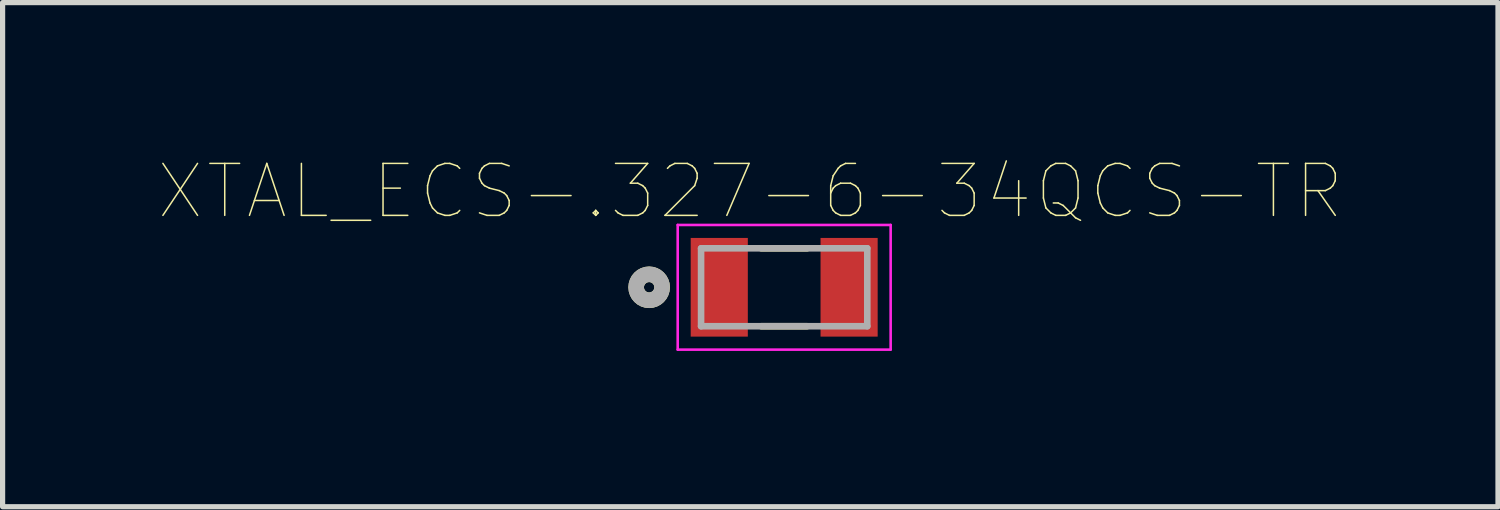
<source format=kicad_pcb>
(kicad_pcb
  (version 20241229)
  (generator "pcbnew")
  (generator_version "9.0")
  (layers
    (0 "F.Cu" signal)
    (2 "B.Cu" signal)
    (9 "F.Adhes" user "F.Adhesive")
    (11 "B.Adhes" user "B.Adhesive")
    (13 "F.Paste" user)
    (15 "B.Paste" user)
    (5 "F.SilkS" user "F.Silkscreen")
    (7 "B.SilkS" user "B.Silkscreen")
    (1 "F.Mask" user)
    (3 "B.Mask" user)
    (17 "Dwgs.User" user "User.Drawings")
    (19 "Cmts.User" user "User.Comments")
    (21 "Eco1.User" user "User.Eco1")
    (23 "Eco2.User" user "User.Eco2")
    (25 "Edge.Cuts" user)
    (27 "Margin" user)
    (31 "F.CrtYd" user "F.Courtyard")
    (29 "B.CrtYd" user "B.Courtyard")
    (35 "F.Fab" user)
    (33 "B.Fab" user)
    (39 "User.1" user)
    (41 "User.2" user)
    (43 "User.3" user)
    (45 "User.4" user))
  (footprint "XTAL_ECS-.327-6-34QCS-TR"
    (layer "F.Cu")
    (at 12.048 2.481)
    (property "Reference" "XTAL_ECS-.327-6-34QCS-TR" (at -0.652 -1.846 0) (layer "F.SilkS") (effects (font (size 1 1) (thickness 0.029))))
    (attr smd)
    (fp_line (start -0.44 -0.75) (end 0.44 -0.75) (stroke (width 0.127) (type solid)) (layer "F.SilkS"))
    (fp_line (start -0.44 0.75) (end 0.44 0.75) (stroke (width 0.127) (type solid)) (layer "F.SilkS"))
    (fp_circle (center -2.6 0) (end -2.5 0) (stroke (width 0.3) (type solid)) (fill no) (layer "F.SilkS"))
    (fp_line (start -2.05 -1.2) (end -2.05 1.2) (stroke (width 0.05) (type solid)) (layer "F.CrtYd"))
    (fp_line (start -2.05 1.2) (end 2.05 1.2) (stroke (width 0.05) (type solid)) (layer "F.CrtYd"))
    (fp_line (start 2.05 -1.2) (end -2.05 -1.2) (stroke (width 0.05) (type solid)) (layer "F.CrtYd"))
    (fp_line (start 2.05 1.2) (end 2.05 -1.2) (stroke (width 0.05) (type solid)) (layer "F.CrtYd"))
    (fp_line (start -1.6 -0.75) (end -1.6 0.75) (stroke (width 0.127) (type solid)) (layer "F.Fab"))
    (fp_line (start -1.6 0.75) (end 1.6 0.75) (stroke (width 0.127) (type solid)) (layer "F.Fab"))
    (fp_line (start 1.6 -0.75) (end -1.6 -0.75) (stroke (width 0.127) (type solid)) (layer "F.Fab"))
    (fp_line (start 1.6 0.75) (end 1.6 -0.75) (stroke (width 0.127) (type solid)) (layer "F.Fab"))
    (fp_circle (center -2.6 0) (end -2.5 0) (stroke (width 0.3) (type solid)) (fill no) (layer "F.Fab"))
    (pad "1" smd rect (at -1.25 0) (size 1.1 1.9) (layers "F.Cu" "F.Mask" "F.Paste"))
    (pad "2" smd rect (at 1.25 0) (size 1.1 1.9) (layers "F.Cu" "F.Mask" "F.Paste")))
  (gr_rect
    (start -3 -3)
    (end 25.791 6.706)
    (stroke (width 0.1) (type default))
    (fill no)
    (layer "Edge.Cuts")))
</source>
